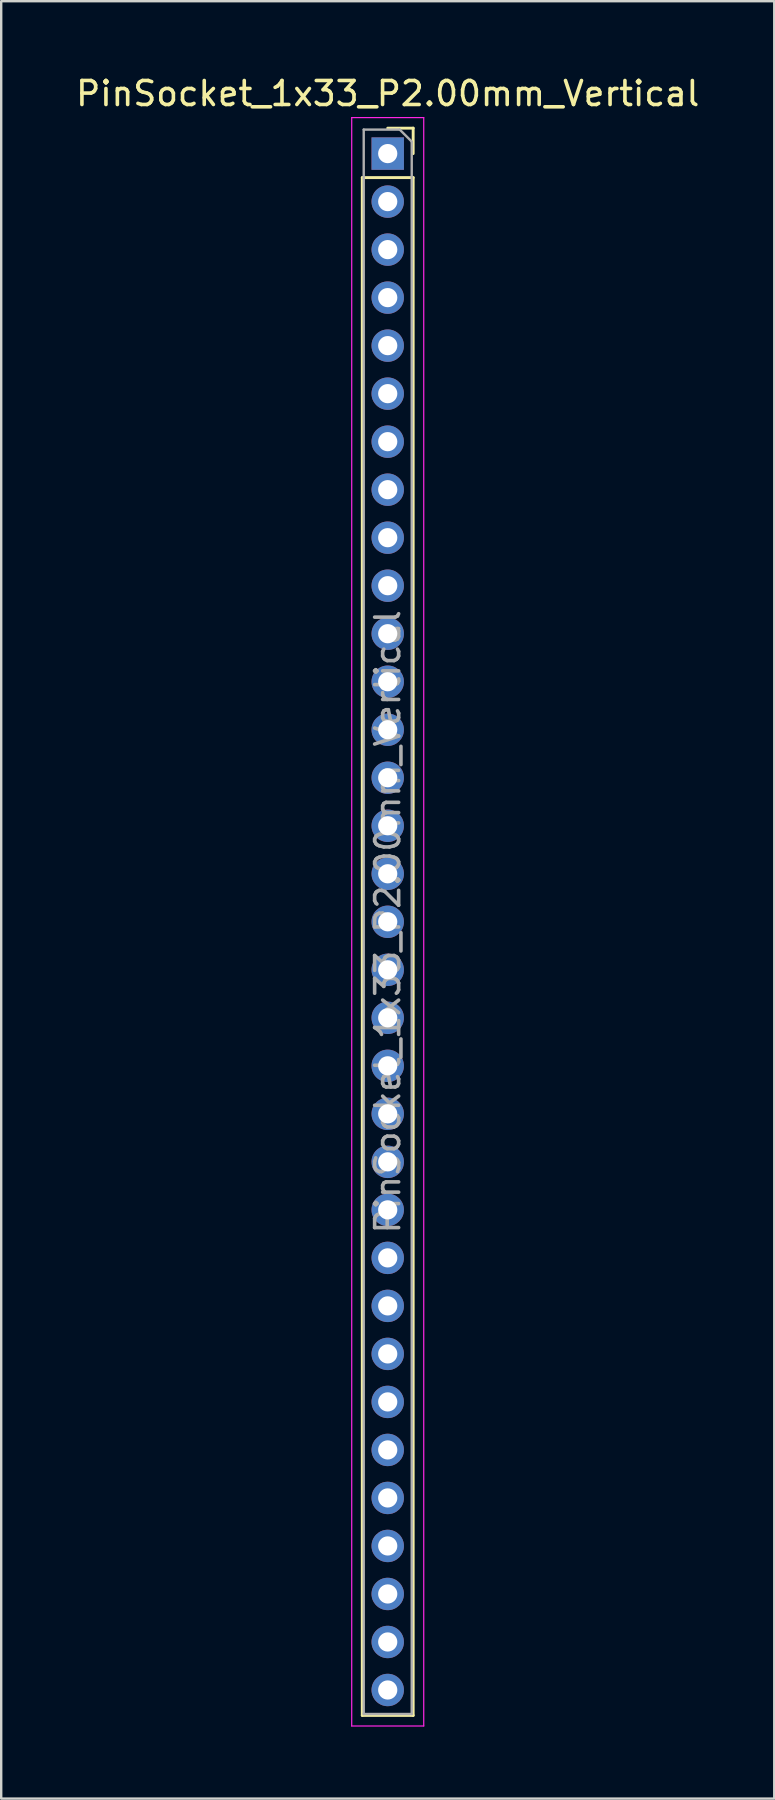
<source format=kicad_pcb>
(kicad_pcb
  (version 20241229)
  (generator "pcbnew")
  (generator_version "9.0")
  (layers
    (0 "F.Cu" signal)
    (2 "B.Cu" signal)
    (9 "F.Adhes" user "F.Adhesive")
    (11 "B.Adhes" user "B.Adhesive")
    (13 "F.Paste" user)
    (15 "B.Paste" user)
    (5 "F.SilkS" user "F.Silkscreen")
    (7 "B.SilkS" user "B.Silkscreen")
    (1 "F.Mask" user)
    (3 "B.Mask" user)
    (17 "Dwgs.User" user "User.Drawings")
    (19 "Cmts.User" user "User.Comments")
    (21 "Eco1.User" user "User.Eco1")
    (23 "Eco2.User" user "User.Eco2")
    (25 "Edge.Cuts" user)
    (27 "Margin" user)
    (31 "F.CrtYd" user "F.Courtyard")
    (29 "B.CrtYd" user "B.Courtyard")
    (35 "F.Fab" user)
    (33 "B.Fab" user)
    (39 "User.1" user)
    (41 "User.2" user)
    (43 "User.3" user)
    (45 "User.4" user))
  (footprint "PinSocket_1x33_P2.00mm_Vertical"
    (layer "F.Cu")
    (at 13.101 3.348)
    (property "Reference" "PinSocket_1x33_P2.00mm_Vertical" (at 0 -2.5 0) (layer "F.SilkS") (effects (font (size 1 1) (thickness 0.15))))
    (attr through_hole)
    (fp_line (start -1.06 1) (end -1.06 65.06) (stroke (width 0.12) (type solid)) (layer "F.SilkS"))
    (fp_line (start -1.06 1) (end 1.06 1) (stroke (width 0.12) (type solid)) (layer "F.SilkS"))
    (fp_line (start -1.06 65.06) (end 1.06 65.06) (stroke (width 0.12) (type solid)) (layer "F.SilkS"))
    (fp_line (start 0 -1.06) (end 1.06 -1.06) (stroke (width 0.12) (type solid)) (layer "F.SilkS"))
    (fp_line (start 1.06 -1.06) (end 1.06 0) (stroke (width 0.12) (type solid)) (layer "F.SilkS"))
    (fp_line (start 1.06 1) (end 1.06 65.06) (stroke (width 0.12) (type solid)) (layer "F.SilkS"))
    (fp_line (start -1.5 -1.5) (end 1.5 -1.5) (stroke (width 0.05) (type solid)) (layer "F.CrtYd"))
    (fp_line (start -1.5 65.5) (end -1.5 -1.5) (stroke (width 0.05) (type solid)) (layer "F.CrtYd"))
    (fp_line (start 1.5 -1.5) (end 1.5 65.5) (stroke (width 0.05) (type solid)) (layer "F.CrtYd"))
    (fp_line (start 1.5 65.5) (end -1.5 65.5) (stroke (width 0.05) (type solid)) (layer "F.CrtYd"))
    (fp_line (start -1 -1) (end 0.5 -1) (stroke (width 0.1) (type solid)) (layer "F.Fab"))
    (fp_line (start -1 65) (end -1 -1) (stroke (width 0.1) (type solid)) (layer "F.Fab"))
    (fp_line (start 0.5 -1) (end 1 -0.5) (stroke (width 0.1) (type solid)) (layer "F.Fab"))
    (fp_line (start 1 -0.5) (end 1 65) (stroke (width 0.1) (type solid)) (layer "F.Fab"))
    (fp_line (start 1 65) (end -1 65) (stroke (width 0.1) (type solid)) (layer "F.Fab"))
    (fp_text user "${REFERENCE}" (at 0 32 90) (layer "F.Fab") (effects (font (size 1 1) (thickness 0.15))))
    (pad "1" thru_hole rect (at 0 0) (size 1.35 1.35) (drill 0.8) (layers "*.Cu" "*.Mask"))
    (pad "2" thru_hole circle (at 0 2) (size 1.35 1.35) (drill 0.8) (layers "*.Cu" "*.Mask"))
    (pad "3" thru_hole circle (at 0 4) (size 1.35 1.35) (drill 0.8) (layers "*.Cu" "*.Mask"))
    (pad "4" thru_hole circle (at 0 6) (size 1.35 1.35) (drill 0.8) (layers "*.Cu" "*.Mask"))
    (pad "5" thru_hole circle (at 0 8) (size 1.35 1.35) (drill 0.8) (layers "*.Cu" "*.Mask"))
    (pad "6" thru_hole circle (at 0 10) (size 1.35 1.35) (drill 0.8) (layers "*.Cu" "*.Mask"))
    (pad "7" thru_hole circle (at 0 12) (size 1.35 1.35) (drill 0.8) (layers "*.Cu" "*.Mask"))
    (pad "8" thru_hole circle (at 0 14) (size 1.35 1.35) (drill 0.8) (layers "*.Cu" "*.Mask"))
    (pad "9" thru_hole circle (at 0 16) (size 1.35 1.35) (drill 0.8) (layers "*.Cu" "*.Mask"))
    (pad "10" thru_hole circle (at 0 18) (size 1.35 1.35) (drill 0.8) (layers "*.Cu" "*.Mask"))
    (pad "11" thru_hole circle (at 0 20) (size 1.35 1.35) (drill 0.8) (layers "*.Cu" "*.Mask"))
    (pad "12" thru_hole circle (at 0 22) (size 1.35 1.35) (drill 0.8) (layers "*.Cu" "*.Mask"))
    (pad "13" thru_hole circle (at 0 24) (size 1.35 1.35) (drill 0.8) (layers "*.Cu" "*.Mask"))
    (pad "14" thru_hole circle (at 0 26) (size 1.35 1.35) (drill 0.8) (layers "*.Cu" "*.Mask"))
    (pad "15" thru_hole circle (at 0 28) (size 1.35 1.35) (drill 0.8) (layers "*.Cu" "*.Mask"))
    (pad "16" thru_hole circle (at 0 30) (size 1.35 1.35) (drill 0.8) (layers "*.Cu" "*.Mask"))
    (pad "17" thru_hole circle (at 0 32) (size 1.35 1.35) (drill 0.8) (layers "*.Cu" "*.Mask"))
    (pad "18" thru_hole circle (at 0 34) (size 1.35 1.35) (drill 0.8) (layers "*.Cu" "*.Mask"))
    (pad "19" thru_hole circle (at 0 36) (size 1.35 1.35) (drill 0.8) (layers "*.Cu" "*.Mask"))
    (pad "20" thru_hole circle (at 0 38) (size 1.35 1.35) (drill 0.8) (layers "*.Cu" "*.Mask"))
    (pad "21" thru_hole circle (at 0 40) (size 1.35 1.35) (drill 0.8) (layers "*.Cu" "*.Mask"))
    (pad "22" thru_hole circle (at 0 42) (size 1.35 1.35) (drill 0.8) (layers "*.Cu" "*.Mask"))
    (pad "23" thru_hole circle (at 0 44) (size 1.35 1.35) (drill 0.8) (layers "*.Cu" "*.Mask"))
    (pad "24" thru_hole circle (at 0 46) (size 1.35 1.35) (drill 0.8) (layers "*.Cu" "*.Mask"))
    (pad "25" thru_hole circle (at 0 48) (size 1.35 1.35) (drill 0.8) (layers "*.Cu" "*.Mask"))
    (pad "26" thru_hole circle (at 0 50) (size 1.35 1.35) (drill 0.8) (layers "*.Cu" "*.Mask"))
    (pad "27" thru_hole circle (at 0 52) (size 1.35 1.35) (drill 0.8) (layers "*.Cu" "*.Mask"))
    (pad "28" thru_hole circle (at 0 54) (size 1.35 1.35) (drill 0.8) (layers "*.Cu" "*.Mask"))
    (pad "29" thru_hole circle (at 0 56) (size 1.35 1.35) (drill 0.8) (layers "*.Cu" "*.Mask"))
    (pad "30" thru_hole circle (at 0 58) (size 1.35 1.35) (drill 0.8) (layers "*.Cu" "*.Mask"))
    (pad "31" thru_hole circle (at 0 60) (size 1.35 1.35) (drill 0.8) (layers "*.Cu" "*.Mask"))
    (pad "32" thru_hole circle (at 0 62) (size 1.35 1.35) (drill 0.8) (layers "*.Cu" "*.Mask"))
    (pad "33" thru_hole circle (at 0 64) (size 1.35 1.35) (drill 0.8) (layers "*.Cu" "*.Mask")))
  (gr_rect
    (start -3 -3)
    (end 29.202 71.873)
    (stroke (width 0.1) (type default))
    (fill no)
    (layer "Edge.Cuts")))
</source>
